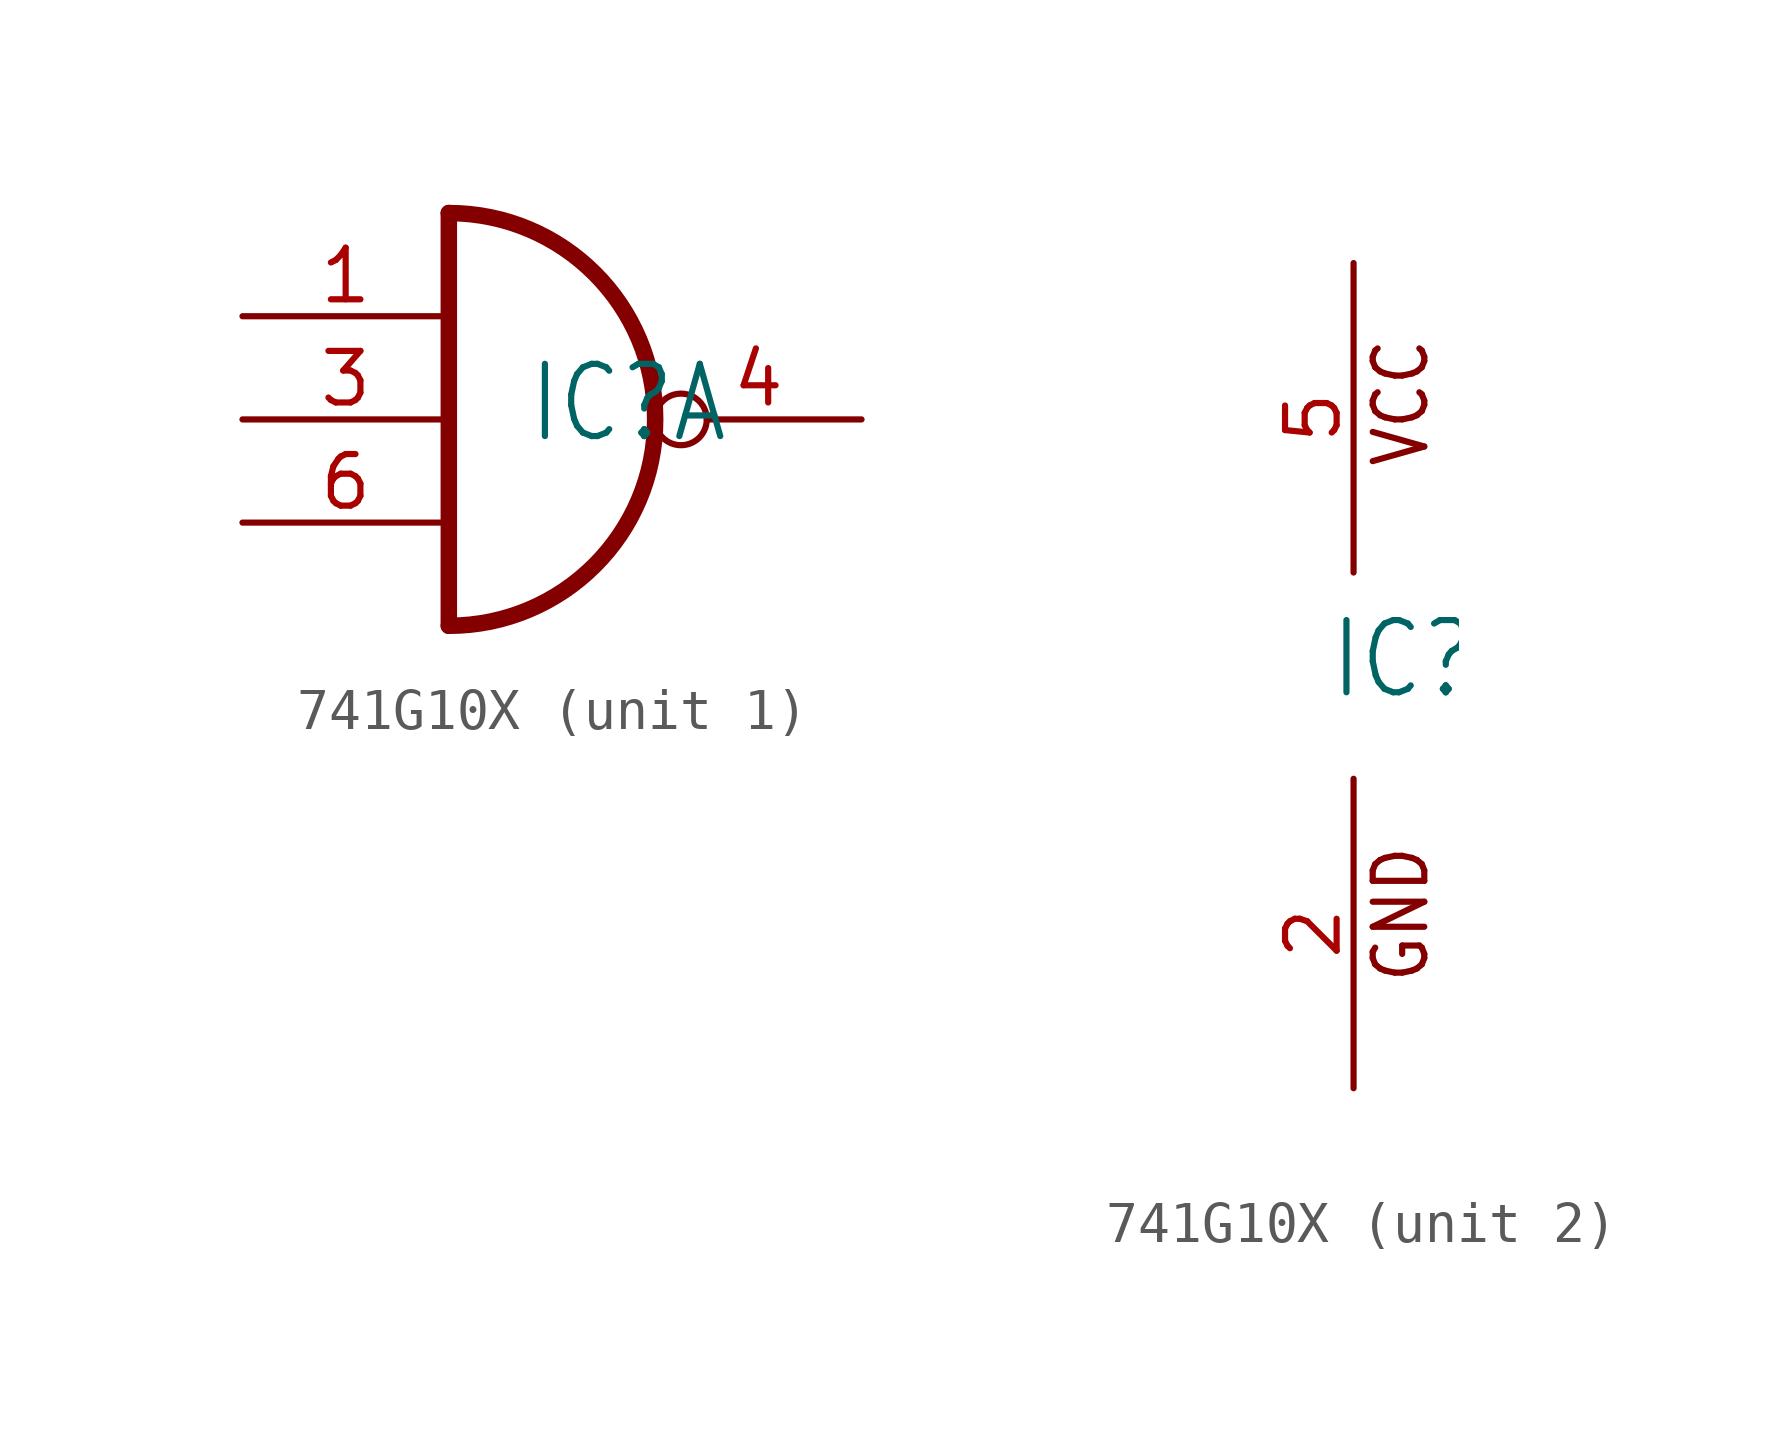
<source format=kicad_sym>
(kicad_symbol_lib
  (version 20211014)
  (generator kicad_symbol_editor)
  (symbol "741G10X"
    (property "Reference" "IC"
      (at -0.635 -0.635 0)
      (effects (font (size 1.778 1.511)) (justify left bottom)))
    (property "ki_locked" ""
      (at 0 0 0)
      (effects (font (size 1.27 1.27))))
    (symbol "741G10X_1_0"
      (arc (start -2.54 -5.08) (mid 2.54 0) (end -2.54 5.08) (stroke (width 0.4064) (type default) (color 0 0 0 0)) (fill (type none)))
      (polyline (pts (xy -2.54 5.08) (xy -2.54 -5.08)) (stroke (width 0.406) (type default) (color 0 0 0 0)) (fill (type none)))
      (pin input line (at -7.62 2.54 0) (length 5.08) (name "I0" (effects (font (size 0 0)))) (number "1" (effects (font (size 1.27 1.27)))))
      (pin input line (at -7.62 0 0) (length 5.08) (name "I1" (effects (font (size 0 0)))) (number "3" (effects (font (size 1.27 1.27)))))
      (pin open_collector inverted (at 7.62 0 180) (length 5.08) (name "O" (effects (font (size 0 0)))) (number "4" (effects (font (size 1.27 1.27)))))
      (pin input line (at -7.62 -2.54 0) (length 5.08) (name "I2" (effects (font (size 0 0)))) (number "6" (effects (font (size 1.27 1.27))))))
    (symbol "741G10X_2_0"
      (text "GND" (at 1.905 -7.62 900) (effects (font (size 1.27 1.079)) (justify left bottom)))
      (text "VCC" (at 1.905 5.08 900) (effects (font (size 1.27 1.079)) (justify left bottom)))
      (pin power_in line (at 0 -10.16 90) (length 7.62) (name "GND" (effects (font (size 0 0)))) (number "2" (effects (font (size 1.27 1.27)))))
      (pin power_in line (at 0 10.16 270) (length 7.62) (name "VCC" (effects (font (size 0 0)))) (number "5" (effects (font (size 1.27 1.27))))))))
</source>
